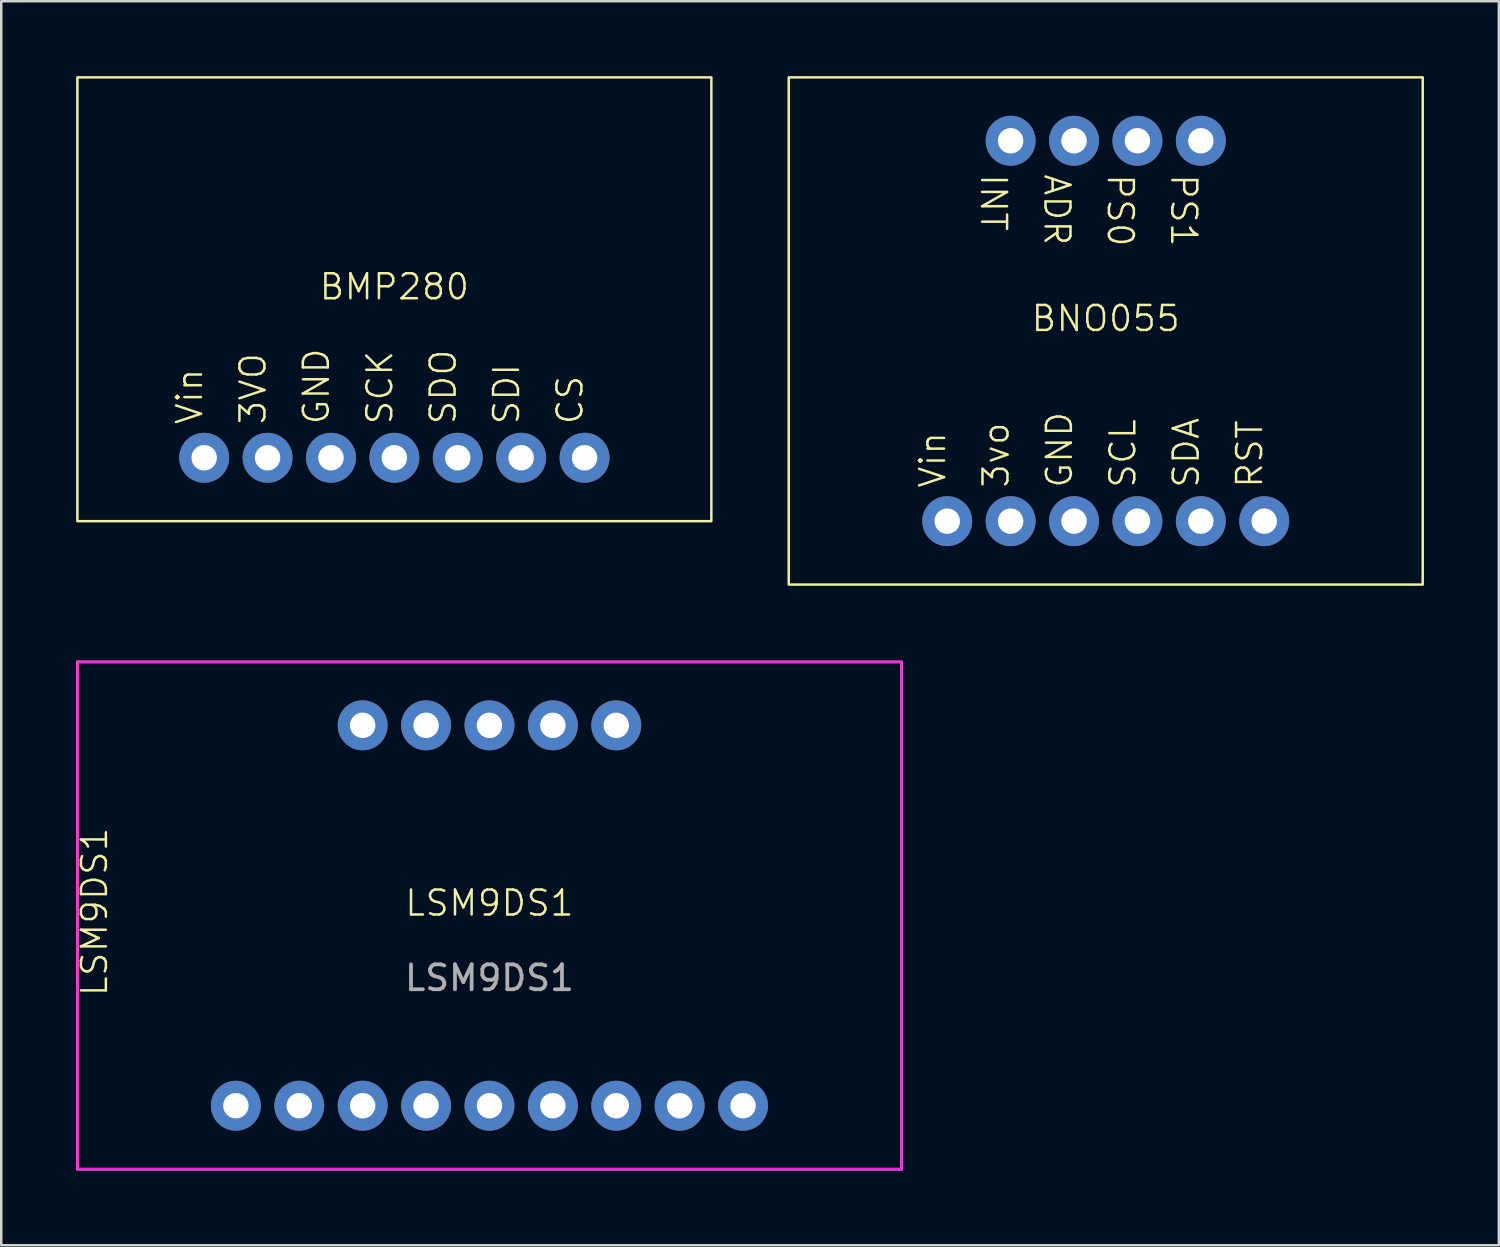
<source format=kicad_pcb>
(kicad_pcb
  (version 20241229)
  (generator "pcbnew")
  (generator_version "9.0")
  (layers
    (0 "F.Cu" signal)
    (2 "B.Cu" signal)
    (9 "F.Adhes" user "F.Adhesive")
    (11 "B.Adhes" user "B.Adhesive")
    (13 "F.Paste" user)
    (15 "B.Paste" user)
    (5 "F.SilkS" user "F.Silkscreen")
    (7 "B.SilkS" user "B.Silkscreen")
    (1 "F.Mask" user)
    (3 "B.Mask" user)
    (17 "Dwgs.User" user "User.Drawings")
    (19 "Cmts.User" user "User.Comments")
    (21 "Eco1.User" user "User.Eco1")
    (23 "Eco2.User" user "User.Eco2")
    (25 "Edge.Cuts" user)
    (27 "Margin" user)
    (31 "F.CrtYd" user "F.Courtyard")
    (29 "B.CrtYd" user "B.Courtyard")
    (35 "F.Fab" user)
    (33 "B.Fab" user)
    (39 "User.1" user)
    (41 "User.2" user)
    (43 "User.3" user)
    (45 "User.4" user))
  (footprint "LSM9DS1"
    (layer "F.Cu")
    (at 16.56 33.63)
    (property "Reference" "LSM9DS1" (at 0 -0.5 0) (unlocked yes) (layer "F.SilkS") (effects (font (size 1 1) (thickness 0.1))))
    (attr through_hole)
    (fp_line (start -16.51 -10.16) (end 16.51 -10.16) (stroke (width 0.1) (type default)) (layer "F.SilkS"))
    (fp_line (start -16.51 10.16) (end -16.51 -10.16) (stroke (width 0.1) (type default)) (layer "F.SilkS"))
    (fp_line (start 16.51 -10.16) (end 16.51 10.16) (stroke (width 0.1) (type default)) (layer "F.SilkS"))
    (fp_line (start 16.51 10.16) (end -16.51 10.16) (stroke (width 0.1) (type default)) (layer "F.SilkS"))
    (fp_rect (start -16.51 -10.16) (end 16.51 10.16) (stroke (width 0.1) (type default)) (fill no) (layer "F.CrtYd"))
    (fp_text user "LSM9DS1" (at -15.24 3.302 90) (unlocked yes) (layer "F.SilkS") (effects (font (size 1 1) (thickness 0.1)) (justify left bottom)))
    (fp_text user "${REFERENCE}" (at 0 2.5 0) (unlocked yes) (layer "F.Fab") (effects (font (size 1 1) (thickness 0.15))))
    (pad "1" thru_hole circle (at -10.16 7.62) (size 2 2) (drill 1.02) (layers "*.Cu" "*.Mask"))
    (pad "2" thru_hole circle (at -7.62 7.62) (size 2 2) (drill 1.02) (layers "*.Cu" "*.Mask"))
    (pad "3" thru_hole circle (at -5.08 7.62) (size 2 2) (drill 1.02) (layers "*.Cu" "*.Mask"))
    (pad "4" thru_hole circle (at -2.54 7.62) (size 2 2) (drill 1.02) (layers "*.Cu" "*.Mask"))
    (pad "5" thru_hole circle (at 0 7.62) (size 2 2) (drill 1.02) (layers "*.Cu" "*.Mask"))
    (pad "6" thru_hole circle (at 2.54 7.62) (size 2 2) (drill 1.02) (layers "*.Cu" "*.Mask"))
    (pad "7" thru_hole circle (at 5.08 7.62) (size 2 2) (drill 1.02) (layers "*.Cu" "*.Mask"))
    (pad "8" thru_hole circle (at 7.62 7.62) (size 2 2) (drill 1.02) (layers "*.Cu" "*.Mask"))
    (pad "9" thru_hole circle (at 10.16 7.62) (size 2 2) (drill 1.02) (layers "*.Cu" "*.Mask"))
    (pad "10" thru_hole circle (at -5.08 -7.62) (size 2 2) (drill 1.02) (layers "*.Cu" "*.Mask"))
    (pad "11" thru_hole circle (at -2.54 -7.62) (size 2 2) (drill 1.02) (layers "*.Cu" "*.Mask"))
    (pad "12" thru_hole circle (at 0 -7.62) (size 2 2) (drill 1.02) (layers "*.Cu" "*.Mask"))
    (pad "13" thru_hole circle (at 2.54 -7.62) (size 2 2) (drill 1.02) (layers "*.Cu" "*.Mask"))
    (pad "14" thru_hole circle (at 5.08 -7.62) (size 2 2) (drill 1.02) (layers "*.Cu" "*.Mask")))
  (footprint "BNO055"
    (layer "F.Cu")
    (at 41.25 10.21)
    (property "Reference" "BNO055" (at 0 -0.5 0) (unlocked yes) (layer "F.SilkS") (effects (font (size 1 1) (thickness 0.1))))
    (attr through_hole)
    (fp_rect (start 12.7 10.16) (end -12.7 -10.16) (stroke (width 0.1) (type default)) (fill no) (layer "F.SilkS"))
    (fp_text user "PS0" (at 0 -6.35 270) (unlocked yes) (layer "F.SilkS") (effects (font (size 1 1) (thickness 0.1)) (justify left bottom)))
    (fp_text user "ADR" (at -2.54 -6.35 270) (unlocked yes) (layer "F.SilkS") (effects (font (size 1 1) (thickness 0.1)) (justify left bottom)))
    (fp_text user "INT" (at -5.08 -6.35 270) (unlocked yes) (layer "F.SilkS") (effects (font (size 1 1) (thickness 0.1)) (justify left bottom)))
    (fp_text user "SCL" (at 1.27 6.35 90) (unlocked yes) (layer "F.SilkS") (effects (font (size 1 1) (thickness 0.1)) (justify left bottom)))
    (fp_text user "SDA" (at 3.81 6.35 90) (unlocked yes) (layer "F.SilkS") (effects (font (size 1 1) (thickness 0.1)) (justify left bottom)))
    (fp_text user "GND" (at -1.27 6.35 90) (unlocked yes) (layer "F.SilkS") (effects (font (size 1 1) (thickness 0.1)) (justify left bottom)))
    (fp_text user "Vin" (at -6.35 6.35 90) (unlocked yes) (layer "F.SilkS") (effects (font (size 1 1) (thickness 0.1)) (justify left bottom)))
    (fp_text user "3vo" (at -3.81 6.35 90) (unlocked yes) (layer "F.SilkS") (effects (font (size 1 1) (thickness 0.1)) (justify left bottom)))
    (fp_text user "RST" (at 6.35 6.35 90) (unlocked yes) (layer "F.SilkS") (effects (font (size 1 1) (thickness 0.1)) (justify left bottom)))
    (fp_text user "PS1" (at 2.54 -6.35 270) (unlocked yes) (layer "F.SilkS") (effects (font (size 1 1) (thickness 0.1)) (justify left bottom)))
    (fp_text user " " (at 0 2.5 0) (unlocked yes) (layer "F.Fab") (effects (font (size 1 1) (thickness 0.15))))
    (pad "0" thru_hole circle (at -6.35 7.62) (size 2 2) (drill 1.02) (layers "*.Cu" "*.Mask"))
    (pad "1" thru_hole circle (at -3.81 7.62) (size 2 2) (drill 1.02) (layers "*.Cu" "*.Mask"))
    (pad "2" thru_hole circle (at -1.27 7.62) (size 2 2) (drill 1.02) (layers "*.Cu" "*.Mask"))
    (pad "3" thru_hole circle (at 1.27 7.62) (size 2 2) (drill 1.02) (layers "*.Cu" "*.Mask"))
    (pad "4" thru_hole circle (at 3.81 7.62) (size 2 2) (drill 1.02) (layers "*.Cu" "*.Mask"))
    (pad "5" thru_hole circle (at 6.35 7.62) (size 2 2) (drill 1.02) (layers "*.Cu" "*.Mask"))
    (pad "6" thru_hole circle (at -3.81 -7.62) (size 2 2) (drill 1.02) (layers "*.Cu" "*.Mask"))
    (pad "7" thru_hole circle (at -1.27 -7.62) (size 2 2) (drill 1.02) (layers "*.Cu" "*.Mask"))
    (pad "8" thru_hole circle (at 1.27 -7.62) (size 2 2) (drill 1.02) (layers "*.Cu" "*.Mask"))
    (pad "9" thru_hole circle (at 3.81 -7.62) (size 2 2) (drill 1.02) (layers "*.Cu" "*.Mask")))
  (footprint "BMP280"
    (layer "F.Cu")
    (at 12.75 8.94)
    (property "Reference" "BMP280" (at 0 -0.5 0) (unlocked yes) (layer "F.SilkS") (effects (font (size 1 1) (thickness 0.1))))
    (attr through_hole)
    (fp_rect (start 12.7 8.89) (end -12.7 -8.89) (stroke (width 0.1) (type default)) (fill no) (layer "F.SilkS"))
    (fp_text user "CS" (at 7.62 5.08 90) (unlocked yes) (layer "F.SilkS") (effects (font (size 1 1) (thickness 0.1)) (justify left bottom)))
    (fp_text user "SDI" (at 5.08 5.08 90) (unlocked yes) (layer "F.SilkS") (effects (font (size 1 1) (thickness 0.1)) (justify left bottom)))
    (fp_text user "Vin" (at -7.62 5.08 90) (unlocked yes) (layer "F.SilkS") (effects (font (size 1 1) (thickness 0.1)) (justify left bottom)))
    (fp_text user "GND" (at -2.54 5.08 90) (unlocked yes) (layer "F.SilkS") (effects (font (size 1 1) (thickness 0.1)) (justify left bottom)))
    (fp_text user "SDO" (at 2.54 5.08 90) (unlocked yes) (layer "F.SilkS") (effects (font (size 1 1) (thickness 0.1)) (justify left bottom)))
    (fp_text user "3VO" (at -5.08 5.08 90) (unlocked yes) (layer "F.SilkS") (effects (font (size 1 1) (thickness 0.1)) (justify left bottom)))
    (fp_text user "SCK" (at 0 5.08 90) (unlocked yes) (layer "F.SilkS") (effects (font (size 1 1) (thickness 0.1)) (justify left bottom)))
    (pad "0" thru_hole circle (at -7.62 6.35) (size 2 2) (drill 1.02) (layers "*.Cu" "*.Mask"))
    (pad "1" thru_hole circle (at -5.08 6.35) (size 2 2) (drill 1.02) (layers "*.Cu" "*.Mask"))
    (pad "2" thru_hole circle (at -2.54 6.35) (size 2 2) (drill 1.02) (layers "*.Cu" "*.Mask"))
    (pad "3" thru_hole circle (at 0 6.35) (size 2 2) (drill 1.02) (layers "*.Cu" "*.Mask"))
    (pad "4" thru_hole circle (at 2.54 6.35) (size 2 2) (drill 1.02) (layers "*.Cu" "*.Mask"))
    (pad "5" thru_hole circle (at 5.08 6.35) (size 2 2) (drill 1.02) (layers "*.Cu" "*.Mask"))
    (pad "6" thru_hole circle (at 7.62 6.35) (size 2 2) (drill 1.02) (layers "*.Cu" "*.Mask")))
  (gr_rect
    (start -3 -3)
    (end 57 46.84)
    (stroke (width 0.1) (type default))
    (fill no)
    (layer "Edge.Cuts")))
</source>
